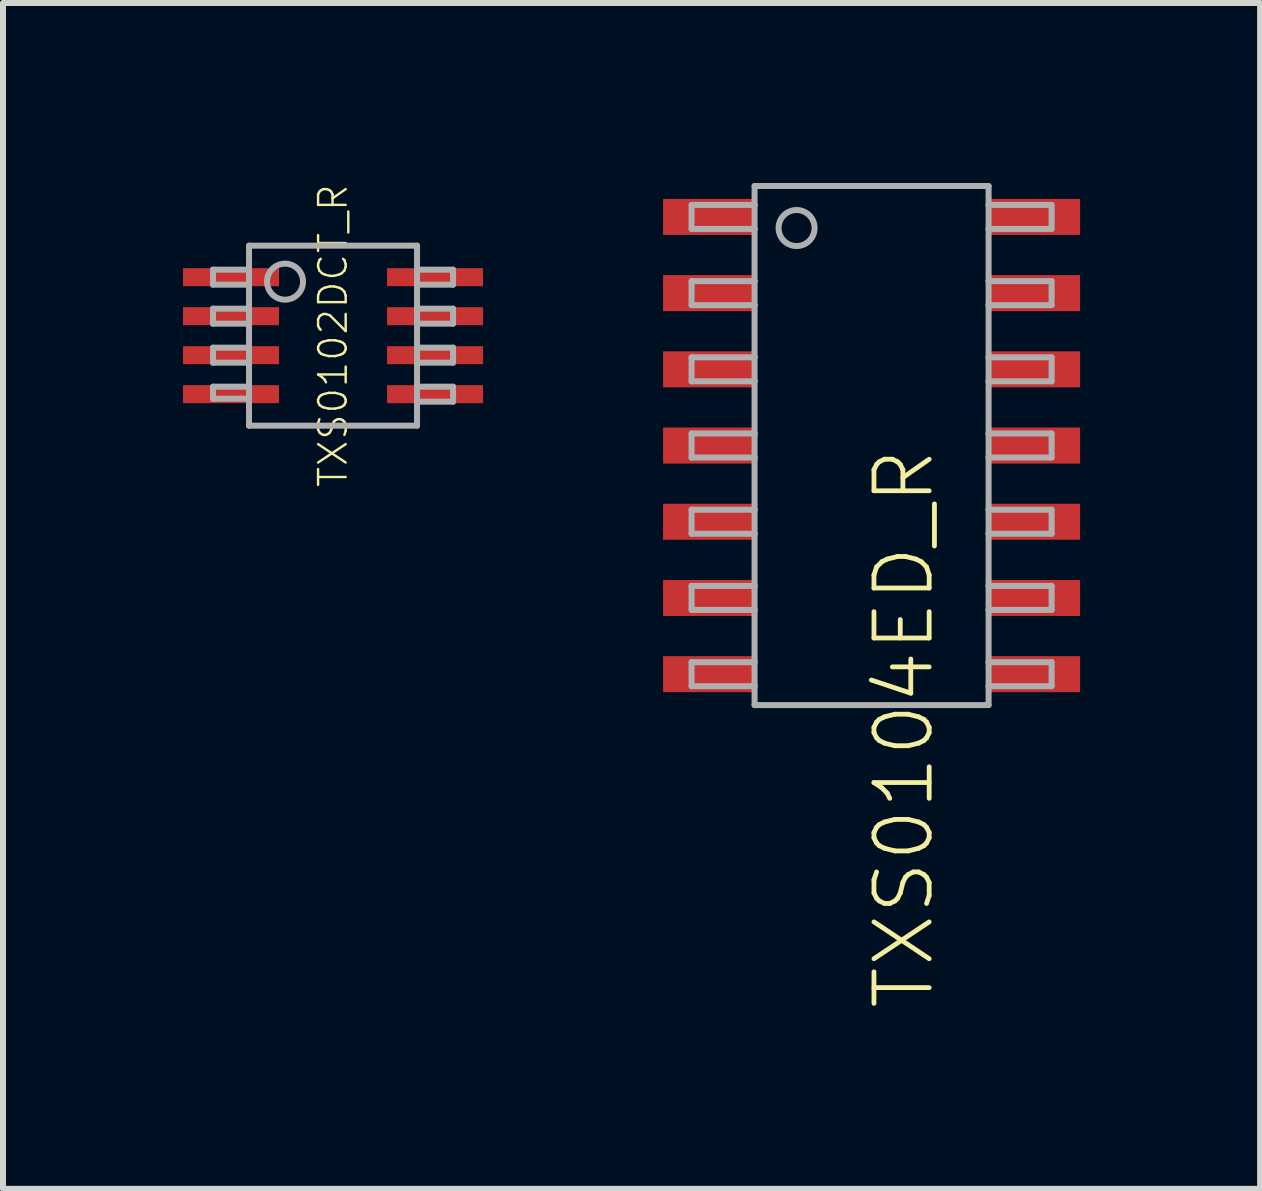
<source format=kicad_pcb>
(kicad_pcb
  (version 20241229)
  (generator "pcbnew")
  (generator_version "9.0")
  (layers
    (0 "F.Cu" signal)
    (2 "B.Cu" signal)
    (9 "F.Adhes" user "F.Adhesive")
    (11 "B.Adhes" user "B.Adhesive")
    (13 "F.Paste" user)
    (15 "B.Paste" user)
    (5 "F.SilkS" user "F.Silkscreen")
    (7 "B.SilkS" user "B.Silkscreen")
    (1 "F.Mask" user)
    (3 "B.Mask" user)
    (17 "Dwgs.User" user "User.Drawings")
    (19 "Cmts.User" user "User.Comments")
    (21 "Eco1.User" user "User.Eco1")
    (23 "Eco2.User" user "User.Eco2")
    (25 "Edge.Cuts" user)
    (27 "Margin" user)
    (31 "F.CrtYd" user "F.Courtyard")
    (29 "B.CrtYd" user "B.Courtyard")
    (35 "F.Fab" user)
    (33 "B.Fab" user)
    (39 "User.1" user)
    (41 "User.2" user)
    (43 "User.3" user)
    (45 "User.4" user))
  (footprint "TXS0102DCT_R"
    (layer "F.Cu")
    (at 2.5 2.544)
    (property "Reference" "TXS0102DCT_R" (at 0 0 90) (unlocked yes) (layer "F.SilkS") (effects (font (size 0.46 0.46) (thickness 0.04))))
    (fp_poly (pts (xy -0.91 -0.85) (xy -2.49 -0.85) (xy -2.49 -1.1) (xy -0.91 -1.1)) (stroke (width 0) (type default)) (fill yes) (layer "F.Paste"))
    (fp_poly (pts (xy -0.91 -0.2) (xy -2.49 -0.2) (xy -2.49 -0.45) (xy -0.91 -0.45)) (stroke (width 0) (type default)) (fill yes) (layer "F.Paste"))
    (fp_poly (pts (xy -0.91 0.45) (xy -2.49 0.45) (xy -2.49 0.2) (xy -0.91 0.2)) (stroke (width 0) (type default)) (fill yes) (layer "F.Paste"))
    (fp_poly (pts (xy -0.91 1.1) (xy -2.49 1.1) (xy -2.49 0.85) (xy -0.91 0.85)) (stroke (width 0) (type default)) (fill yes) (layer "F.Paste"))
    (fp_poly (pts (xy 2.49 -0.85) (xy 0.91 -0.85) (xy 0.91 -1.1) (xy 2.49 -1.1)) (stroke (width 0) (type default)) (fill yes) (layer "F.Paste"))
    (fp_poly (pts (xy 2.49 -0.2) (xy 0.91 -0.2) (xy 0.91 -0.45) (xy 2.49 -0.45)) (stroke (width 0) (type default)) (fill yes) (layer "F.Paste"))
    (fp_poly (pts (xy 2.49 0.45) (xy 0.91 0.45) (xy 0.91 0.2) (xy 2.49 0.2)) (stroke (width 0) (type default)) (fill yes) (layer "F.Paste"))
    (fp_poly (pts (xy 2.49 1.1) (xy 0.91 1.1) (xy 0.91 0.85) (xy 2.49 0.85)) (stroke (width 0) (type default)) (fill yes) (layer "F.Paste"))
    (fp_line (start -2 -1.1) (end -1.4 -1.1) (stroke (width 0.1) (type solid)) (layer "F.Fab"))
    (fp_line (start -2 -0.85) (end -2 -1.1) (stroke (width 0.1) (type solid)) (layer "F.Fab"))
    (fp_line (start -2 -0.45) (end -1.4 -0.45) (stroke (width 0.1) (type solid)) (layer "F.Fab"))
    (fp_line (start -2 -0.2) (end -2 -0.45) (stroke (width 0.1) (type solid)) (layer "F.Fab"))
    (fp_line (start -2 0.2) (end -1.4 0.2) (stroke (width 0.1) (type solid)) (layer "F.Fab"))
    (fp_line (start -2 0.45) (end -2 0.2) (stroke (width 0.1) (type solid)) (layer "F.Fab"))
    (fp_line (start -2 0.85) (end -1.4 0.85) (stroke (width 0.1) (type solid)) (layer "F.Fab"))
    (fp_line (start -2 1.05) (end -2 0.85) (stroke (width 0.1) (type solid)) (layer "F.Fab"))
    (fp_line (start -1.4 -1.5) (end -1.4 -1.1) (stroke (width 0.1) (type solid)) (layer "F.Fab"))
    (fp_line (start -1.4 -1.1) (end -1.4 -0.85) (stroke (width 0.1) (type solid)) (layer "F.Fab"))
    (fp_line (start -1.4 -0.85) (end -2 -0.85) (stroke (width 0.1) (type solid)) (layer "F.Fab"))
    (fp_line (start -1.4 -0.85) (end -1.4 -0.45) (stroke (width 0.1) (type solid)) (layer "F.Fab"))
    (fp_line (start -1.4 -0.45) (end -1.4 -0.2) (stroke (width 0.1) (type solid)) (layer "F.Fab"))
    (fp_line (start -1.4 -0.2) (end -2 -0.2) (stroke (width 0.1) (type solid)) (layer "F.Fab"))
    (fp_line (start -1.4 -0.2) (end -1.4 0.2) (stroke (width 0.1) (type solid)) (layer "F.Fab"))
    (fp_line (start -1.4 0.2) (end -1.4 0.45) (stroke (width 0.1) (type solid)) (layer "F.Fab"))
    (fp_line (start -1.4 0.45) (end -2 0.45) (stroke (width 0.1) (type solid)) (layer "F.Fab"))
    (fp_line (start -1.4 0.45) (end -1.4 0.85) (stroke (width 0.1) (type solid)) (layer "F.Fab"))
    (fp_line (start -1.4 0.85) (end -1.4 1.05) (stroke (width 0.1) (type solid)) (layer "F.Fab"))
    (fp_line (start -1.4 1.05) (end -2 1.05) (stroke (width 0.1) (type solid)) (layer "F.Fab"))
    (fp_line (start -1.4 1.05) (end -1.4 1.5) (stroke (width 0.1) (type solid)) (layer "F.Fab"))
    (fp_line (start -1.4 1.5) (end 1.4 1.5) (stroke (width 0.1) (type solid)) (layer "F.Fab"))
    (fp_line (start 1.4 -1.5) (end -1.4 -1.5) (stroke (width 0.1) (type solid)) (layer "F.Fab"))
    (fp_line (start 1.4 -1.1) (end 1.4 -1.5) (stroke (width 0.1) (type solid)) (layer "F.Fab"))
    (fp_line (start 1.4 -1.1) (end 2 -1.1) (stroke (width 0.1) (type solid)) (layer "F.Fab"))
    (fp_line (start 1.4 -0.85) (end 1.4 -1.1) (stroke (width 0.1) (type solid)) (layer "F.Fab"))
    (fp_line (start 1.4 -0.45) (end 1.4 -0.85) (stroke (width 0.1) (type solid)) (layer "F.Fab"))
    (fp_line (start 1.4 -0.45) (end 2 -0.45) (stroke (width 0.1) (type solid)) (layer "F.Fab"))
    (fp_line (start 1.4 -0.2) (end 1.4 -0.45) (stroke (width 0.1) (type solid)) (layer "F.Fab"))
    (fp_line (start 1.4 0.2) (end 1.4 -0.2) (stroke (width 0.1) (type solid)) (layer "F.Fab"))
    (fp_line (start 1.4 0.2) (end 2 0.2) (stroke (width 0.1) (type solid)) (layer "F.Fab"))
    (fp_line (start 1.4 0.45) (end 1.4 0.2) (stroke (width 0.1) (type solid)) (layer "F.Fab"))
    (fp_line (start 1.4 0.85) (end 1.4 0.45) (stroke (width 0.1) (type solid)) (layer "F.Fab"))
    (fp_line (start 1.4 0.85) (end 2 0.85) (stroke (width 0.1) (type solid)) (layer "F.Fab"))
    (fp_line (start 1.4 1.1) (end 1.4 0.85) (stroke (width 0.1) (type solid)) (layer "F.Fab"))
    (fp_line (start 1.4 1.5) (end 1.4 1.1) (stroke (width 0.1) (type solid)) (layer "F.Fab"))
    (fp_line (start 2 -1.1) (end 2 -0.85) (stroke (width 0.1) (type solid)) (layer "F.Fab"))
    (fp_line (start 2 -0.85) (end 1.4 -0.85) (stroke (width 0.1) (type solid)) (layer "F.Fab"))
    (fp_line (start 2 -0.45) (end 2 -0.2) (stroke (width 0.1) (type solid)) (layer "F.Fab"))
    (fp_line (start 2 -0.2) (end 1.4 -0.2) (stroke (width 0.1) (type solid)) (layer "F.Fab"))
    (fp_line (start 2 0.2) (end 2 0.45) (stroke (width 0.1) (type solid)) (layer "F.Fab"))
    (fp_line (start 2 0.45) (end 1.4 0.45) (stroke (width 0.1) (type solid)) (layer "F.Fab"))
    (fp_line (start 2 0.85) (end 2 1.1) (stroke (width 0.1) (type solid)) (layer "F.Fab"))
    (fp_line (start 2 1.1) (end 1.4 1.1) (stroke (width 0.1) (type solid)) (layer "F.Fab"))
    (fp_circle (center -0.8 -0.9) (end -0.5 -0.9) (stroke (width 0.1) (type solid)) (fill no) (layer "F.Fab"))
    (pad "1" smd rect (at -1.7 -0.975 270) (size 0.3 1.6) (layers "F.Cu" "F.Mask"))
    (pad "2" smd rect (at -1.7 -0.325 270) (size 0.3 1.6) (layers "F.Cu" "F.Mask"))
    (pad "3" smd rect (at -1.7 0.325 270) (size 0.3 1.6) (layers "F.Cu" "F.Mask"))
    (pad "4" smd rect (at -1.7 0.975 270) (size 0.3 1.6) (layers "F.Cu" "F.Mask"))
    (pad "5" smd rect (at 1.7 0.975 270) (size 0.3 1.6) (layers "F.Cu" "F.Mask"))
    (pad "6" smd rect (at 1.7 0.325 270) (size 0.3 1.6) (layers "F.Cu" "F.Mask"))
    (pad "7" smd rect (at 1.7 -0.325 270) (size 0.3 1.6) (layers "F.Cu" "F.Mask"))
    (pad "8" smd rect (at 1.7 -0.975 270) (size 0.3 1.6) (layers "F.Cu" "F.Mask")))
  (footprint "TXS0104ED_R"
    (layer "F.Cu")
    (at 11.475 4.375)
    (property "Reference" "TXS0104ED_R" (at 0 0 90) (unlocked yes) (layer "F.SilkS") (effects (font (size 0.92 0.92) (thickness 0.08)) (justify right top)))
    (fp_poly (pts (xy -3.45 -3.535) (xy -1.95 -3.535) (xy -1.95 -4.085) (xy -3.45 -4.085)) (stroke (width 0) (type default)) (fill yes) (layer "F.Paste"))
    (fp_poly (pts (xy -3.45 -2.265) (xy -1.95 -2.265) (xy -1.95 -2.815) (xy -3.45 -2.815)) (stroke (width 0) (type default)) (fill yes) (layer "F.Paste"))
    (fp_poly (pts (xy -3.45 -0.995) (xy -1.95 -0.995) (xy -1.95 -1.545) (xy -3.45 -1.545)) (stroke (width 0) (type default)) (fill yes) (layer "F.Paste"))
    (fp_poly (pts (xy -3.45 0.275) (xy -1.95 0.275) (xy -1.95 -0.275) (xy -3.45 -0.275)) (stroke (width 0) (type default)) (fill yes) (layer "F.Paste"))
    (fp_poly (pts (xy -3.45 1.545) (xy -1.95 1.545) (xy -1.95 0.995) (xy -3.45 0.995)) (stroke (width 0) (type default)) (fill yes) (layer "F.Paste"))
    (fp_poly (pts (xy -3.45 2.815) (xy -1.95 2.815) (xy -1.95 2.265) (xy -3.45 2.265)) (stroke (width 0) (type default)) (fill yes) (layer "F.Paste"))
    (fp_poly (pts (xy -3.45 4.085) (xy -1.95 4.085) (xy -1.95 3.535) (xy -3.45 3.535)) (stroke (width 0) (type default)) (fill yes) (layer "F.Paste"))
    (fp_poly (pts (xy 1.95 -3.535) (xy 3.45 -3.535) (xy 3.45 -4.085) (xy 1.95 -4.085)) (stroke (width 0) (type default)) (fill yes) (layer "F.Paste"))
    (fp_poly (pts (xy 1.95 -2.265) (xy 3.45 -2.265) (xy 3.45 -2.815) (xy 1.95 -2.815)) (stroke (width 0) (type default)) (fill yes) (layer "F.Paste"))
    (fp_poly (pts (xy 1.95 -0.995) (xy 3.45 -0.995) (xy 3.45 -1.545) (xy 1.95 -1.545)) (stroke (width 0) (type default)) (fill yes) (layer "F.Paste"))
    (fp_poly (pts (xy 1.95 0.275) (xy 3.45 0.275) (xy 3.45 -0.275) (xy 1.95 -0.275)) (stroke (width 0) (type default)) (fill yes) (layer "F.Paste"))
    (fp_poly (pts (xy 1.95 1.545) (xy 3.45 1.545) (xy 3.45 0.995) (xy 1.95 0.995)) (stroke (width 0) (type default)) (fill yes) (layer "F.Paste"))
    (fp_poly (pts (xy 1.95 2.815) (xy 3.45 2.815) (xy 3.45 2.265) (xy 1.95 2.265)) (stroke (width 0) (type default)) (fill yes) (layer "F.Paste"))
    (fp_poly (pts (xy 1.95 4.085) (xy 3.45 4.085) (xy 3.45 3.535) (xy 1.95 3.535)) (stroke (width 0) (type default)) (fill yes) (layer "F.Paste"))
    (fp_line (start -3 -4.01) (end -3 -3.61) (stroke (width 0.1) (type solid)) (layer "F.Fab"))
    (fp_line (start -3 -3.61) (end -1.95 -3.61) (stroke (width 0.1) (type solid)) (layer "F.Fab"))
    (fp_line (start -3 -2.74) (end -3 -2.34) (stroke (width 0.1) (type solid)) (layer "F.Fab"))
    (fp_line (start -3 -2.34) (end -1.95 -2.34) (stroke (width 0.1) (type solid)) (layer "F.Fab"))
    (fp_line (start -3 -1.47) (end -3 -1.07) (stroke (width 0.1) (type solid)) (layer "F.Fab"))
    (fp_line (start -3 -1.07) (end -1.95 -1.07) (stroke (width 0.1) (type solid)) (layer "F.Fab"))
    (fp_line (start -3 -0.2) (end -3 0.2) (stroke (width 0.1) (type solid)) (layer "F.Fab"))
    (fp_line (start -3 0.2) (end -1.95 0.2) (stroke (width 0.1) (type solid)) (layer "F.Fab"))
    (fp_line (start -3 1.07) (end -3 1.47) (stroke (width 0.1) (type solid)) (layer "F.Fab"))
    (fp_line (start -3 1.47) (end -1.95 1.47) (stroke (width 0.1) (type solid)) (layer "F.Fab"))
    (fp_line (start -3 2.34) (end -3 2.74) (stroke (width 0.1) (type solid)) (layer "F.Fab"))
    (fp_line (start -3 2.74) (end -1.95 2.74) (stroke (width 0.1) (type solid)) (layer "F.Fab"))
    (fp_line (start -3 3.61) (end -3 4.01) (stroke (width 0.1) (type solid)) (layer "F.Fab"))
    (fp_line (start -3 4.01) (end -1.95 4.01) (stroke (width 0.1) (type solid)) (layer "F.Fab"))
    (fp_line (start -1.95 -4.01) (end -3 -4.01) (stroke (width 0.1) (type solid)) (layer "F.Fab"))
    (fp_line (start -1.95 -4.01) (end -1.95 -4.325) (stroke (width 0.1) (type solid)) (layer "F.Fab"))
    (fp_line (start -1.95 -3.61) (end -1.95 -4.01) (stroke (width 0.1) (type solid)) (layer "F.Fab"))
    (fp_line (start -1.95 -2.74) (end -3 -2.74) (stroke (width 0.1) (type solid)) (layer "F.Fab"))
    (fp_line (start -1.95 -2.74) (end -1.95 -3.61) (stroke (width 0.1) (type solid)) (layer "F.Fab"))
    (fp_line (start -1.95 -2.34) (end -1.95 -2.74) (stroke (width 0.1) (type solid)) (layer "F.Fab"))
    (fp_line (start -1.95 -1.47) (end -3 -1.47) (stroke (width 0.1) (type solid)) (layer "F.Fab"))
    (fp_line (start -1.95 -1.47) (end -1.95 -2.34) (stroke (width 0.1) (type solid)) (layer "F.Fab"))
    (fp_line (start -1.95 -1.07) (end -1.95 -1.47) (stroke (width 0.1) (type solid)) (layer "F.Fab"))
    (fp_line (start -1.95 -0.2) (end -3 -0.2) (stroke (width 0.1) (type solid)) (layer "F.Fab"))
    (fp_line (start -1.95 -0.2) (end -1.95 -1.07) (stroke (width 0.1) (type solid)) (layer "F.Fab"))
    (fp_line (start -1.95 0.2) (end -1.95 -0.2) (stroke (width 0.1) (type solid)) (layer "F.Fab"))
    (fp_line (start -1.95 1.07) (end -3 1.07) (stroke (width 0.1) (type solid)) (layer "F.Fab"))
    (fp_line (start -1.95 1.07) (end -1.95 0.2) (stroke (width 0.1) (type solid)) (layer "F.Fab"))
    (fp_line (start -1.95 1.47) (end -1.95 1.07) (stroke (width 0.1) (type solid)) (layer "F.Fab"))
    (fp_line (start -1.95 2.34) (end -3 2.34) (stroke (width 0.1) (type solid)) (layer "F.Fab"))
    (fp_line (start -1.95 2.34) (end -1.95 1.47) (stroke (width 0.1) (type solid)) (layer "F.Fab"))
    (fp_line (start -1.95 2.74) (end -1.95 2.34) (stroke (width 0.1) (type solid)) (layer "F.Fab"))
    (fp_line (start -1.95 3.61) (end -3 3.61) (stroke (width 0.1) (type solid)) (layer "F.Fab"))
    (fp_line (start -1.95 3.61) (end -1.95 2.74) (stroke (width 0.1) (type solid)) (layer "F.Fab"))
    (fp_line (start -1.95 4.01) (end -1.95 3.61) (stroke (width 0.1) (type solid)) (layer "F.Fab"))
    (fp_line (start -1.95 4.01) (end -1.95 4.325) (stroke (width 0.1) (type solid)) (layer "F.Fab"))
    (fp_line (start -1.95 4.325) (end 1.95 4.325) (stroke (width 0.1) (type solid)) (layer "F.Fab"))
    (fp_line (start 1.95 -4.325) (end -1.95 -4.325) (stroke (width 0.1) (type solid)) (layer "F.Fab"))
    (fp_line (start 1.95 -4.01) (end 1.95 -4.325) (stroke (width 0.1) (type solid)) (layer "F.Fab"))
    (fp_line (start 1.95 -4.01) (end 1.95 -3.61) (stroke (width 0.1) (type solid)) (layer "F.Fab"))
    (fp_line (start 1.95 -3.61) (end 1.95 -2.74) (stroke (width 0.1) (type solid)) (layer "F.Fab"))
    (fp_line (start 1.95 -3.61) (end 3 -3.61) (stroke (width 0.1) (type solid)) (layer "F.Fab"))
    (fp_line (start 1.95 -2.74) (end 1.95 -2.34) (stroke (width 0.1) (type solid)) (layer "F.Fab"))
    (fp_line (start 1.95 -2.34) (end 1.95 -1.47) (stroke (width 0.1) (type solid)) (layer "F.Fab"))
    (fp_line (start 1.95 -2.34) (end 3 -2.34) (stroke (width 0.1) (type solid)) (layer "F.Fab"))
    (fp_line (start 1.95 -1.47) (end 1.95 -1.07) (stroke (width 0.1) (type solid)) (layer "F.Fab"))
    (fp_line (start 1.95 -1.07) (end 1.95 -0.2) (stroke (width 0.1) (type solid)) (layer "F.Fab"))
    (fp_line (start 1.95 -1.07) (end 3 -1.07) (stroke (width 0.1) (type solid)) (layer "F.Fab"))
    (fp_line (start 1.95 -0.2) (end 1.95 0.2) (stroke (width 0.1) (type solid)) (layer "F.Fab"))
    (fp_line (start 1.95 0.2) (end 1.95 1.07) (stroke (width 0.1) (type solid)) (layer "F.Fab"))
    (fp_line (start 1.95 0.2) (end 3 0.2) (stroke (width 0.1) (type solid)) (layer "F.Fab"))
    (fp_line (start 1.95 1.07) (end 1.95 1.47) (stroke (width 0.1) (type solid)) (layer "F.Fab"))
    (fp_line (start 1.95 1.47) (end 1.95 2.34) (stroke (width 0.1) (type solid)) (layer "F.Fab"))
    (fp_line (start 1.95 1.47) (end 3 1.47) (stroke (width 0.1) (type solid)) (layer "F.Fab"))
    (fp_line (start 1.95 2.34) (end 1.95 2.74) (stroke (width 0.1) (type solid)) (layer "F.Fab"))
    (fp_line (start 1.95 2.74) (end 1.95 3.61) (stroke (width 0.1) (type solid)) (layer "F.Fab"))
    (fp_line (start 1.95 2.74) (end 3 2.74) (stroke (width 0.1) (type solid)) (layer "F.Fab"))
    (fp_line (start 1.95 3.61) (end 1.95 4.01) (stroke (width 0.1) (type solid)) (layer "F.Fab"))
    (fp_line (start 1.95 4.01) (end 1.95 4.325) (stroke (width 0.1) (type solid)) (layer "F.Fab"))
    (fp_line (start 1.95 4.01) (end 3 4.01) (stroke (width 0.1) (type solid)) (layer "F.Fab"))
    (fp_line (start 3 -4.01) (end 1.95 -4.01) (stroke (width 0.1) (type solid)) (layer "F.Fab"))
    (fp_line (start 3 -3.61) (end 3 -4.01) (stroke (width 0.1) (type solid)) (layer "F.Fab"))
    (fp_line (start 3 -2.74) (end 1.95 -2.74) (stroke (width 0.1) (type solid)) (layer "F.Fab"))
    (fp_line (start 3 -2.34) (end 3 -2.74) (stroke (width 0.1) (type solid)) (layer "F.Fab"))
    (fp_line (start 3 -1.47) (end 1.95 -1.47) (stroke (width 0.1) (type solid)) (layer "F.Fab"))
    (fp_line (start 3 -1.07) (end 3 -1.47) (stroke (width 0.1) (type solid)) (layer "F.Fab"))
    (fp_line (start 3 -0.2) (end 1.95 -0.2) (stroke (width 0.1) (type solid)) (layer "F.Fab"))
    (fp_line (start 3 0.2) (end 3 -0.2) (stroke (width 0.1) (type solid)) (layer "F.Fab"))
    (fp_line (start 3 1.07) (end 1.95 1.07) (stroke (width 0.1) (type solid)) (layer "F.Fab"))
    (fp_line (start 3 1.47) (end 3 1.07) (stroke (width 0.1) (type solid)) (layer "F.Fab"))
    (fp_line (start 3 2.34) (end 1.95 2.34) (stroke (width 0.1) (type solid)) (layer "F.Fab"))
    (fp_line (start 3 2.74) (end 3 2.34) (stroke (width 0.1) (type solid)) (layer "F.Fab"))
    (fp_line (start 3 3.61) (end 1.95 3.61) (stroke (width 0.1) (type solid)) (layer "F.Fab"))
    (fp_line (start 3 4.01) (end 3 3.61) (stroke (width 0.1) (type solid)) (layer "F.Fab"))
    (fp_circle (center -1.25 -3.625) (end -0.95 -3.625) (stroke (width 0.1) (type solid)) (fill no) (layer "F.Fab"))
    (pad "1" smd rect (at -2.7 -3.81) (size 1.55 0.6) (layers "F.Cu" "F.Mask"))
    (pad "2" smd rect (at -2.7 -2.54) (size 1.55 0.6) (layers "F.Cu" "F.Mask"))
    (pad "3" smd rect (at -2.7 -1.27) (size 1.55 0.6) (layers "F.Cu" "F.Mask"))
    (pad "4" smd rect (at -2.7 0) (size 1.55 0.6) (layers "F.Cu" "F.Mask"))
    (pad "5" smd rect (at -2.7 1.27) (size 1.55 0.6) (layers "F.Cu" "F.Mask"))
    (pad "6" smd rect (at -2.7 2.54) (size 1.55 0.6) (layers "F.Cu" "F.Mask"))
    (pad "7" smd rect (at -2.7 3.81) (size 1.55 0.6) (layers "F.Cu" "F.Mask"))
    (pad "8" smd rect (at 2.7 3.81) (size 1.55 0.6) (layers "F.Cu" "F.Mask"))
    (pad "9" smd rect (at 2.7 2.54) (size 1.55 0.6) (layers "F.Cu" "F.Mask"))
    (pad "10" smd rect (at 2.7 1.27) (size 1.55 0.6) (layers "F.Cu" "F.Mask"))
    (pad "11" smd rect (at 2.7 0) (size 1.55 0.6) (layers "F.Cu" "F.Mask"))
    (pad "12" smd rect (at 2.7 -1.27) (size 1.55 0.6) (layers "F.Cu" "F.Mask"))
    (pad "13" smd rect (at 2.7 -2.54) (size 1.55 0.6) (layers "F.Cu" "F.Mask"))
    (pad "14" smd rect (at 2.7 -3.81) (size 1.55 0.6) (layers "F.Cu" "F.Mask")))
  (gr_rect
    (start -3 -3)
    (end 17.95 16.762)
    (stroke (width 0.1) (type default))
    (fill no)
    (layer "Edge.Cuts")))
</source>
